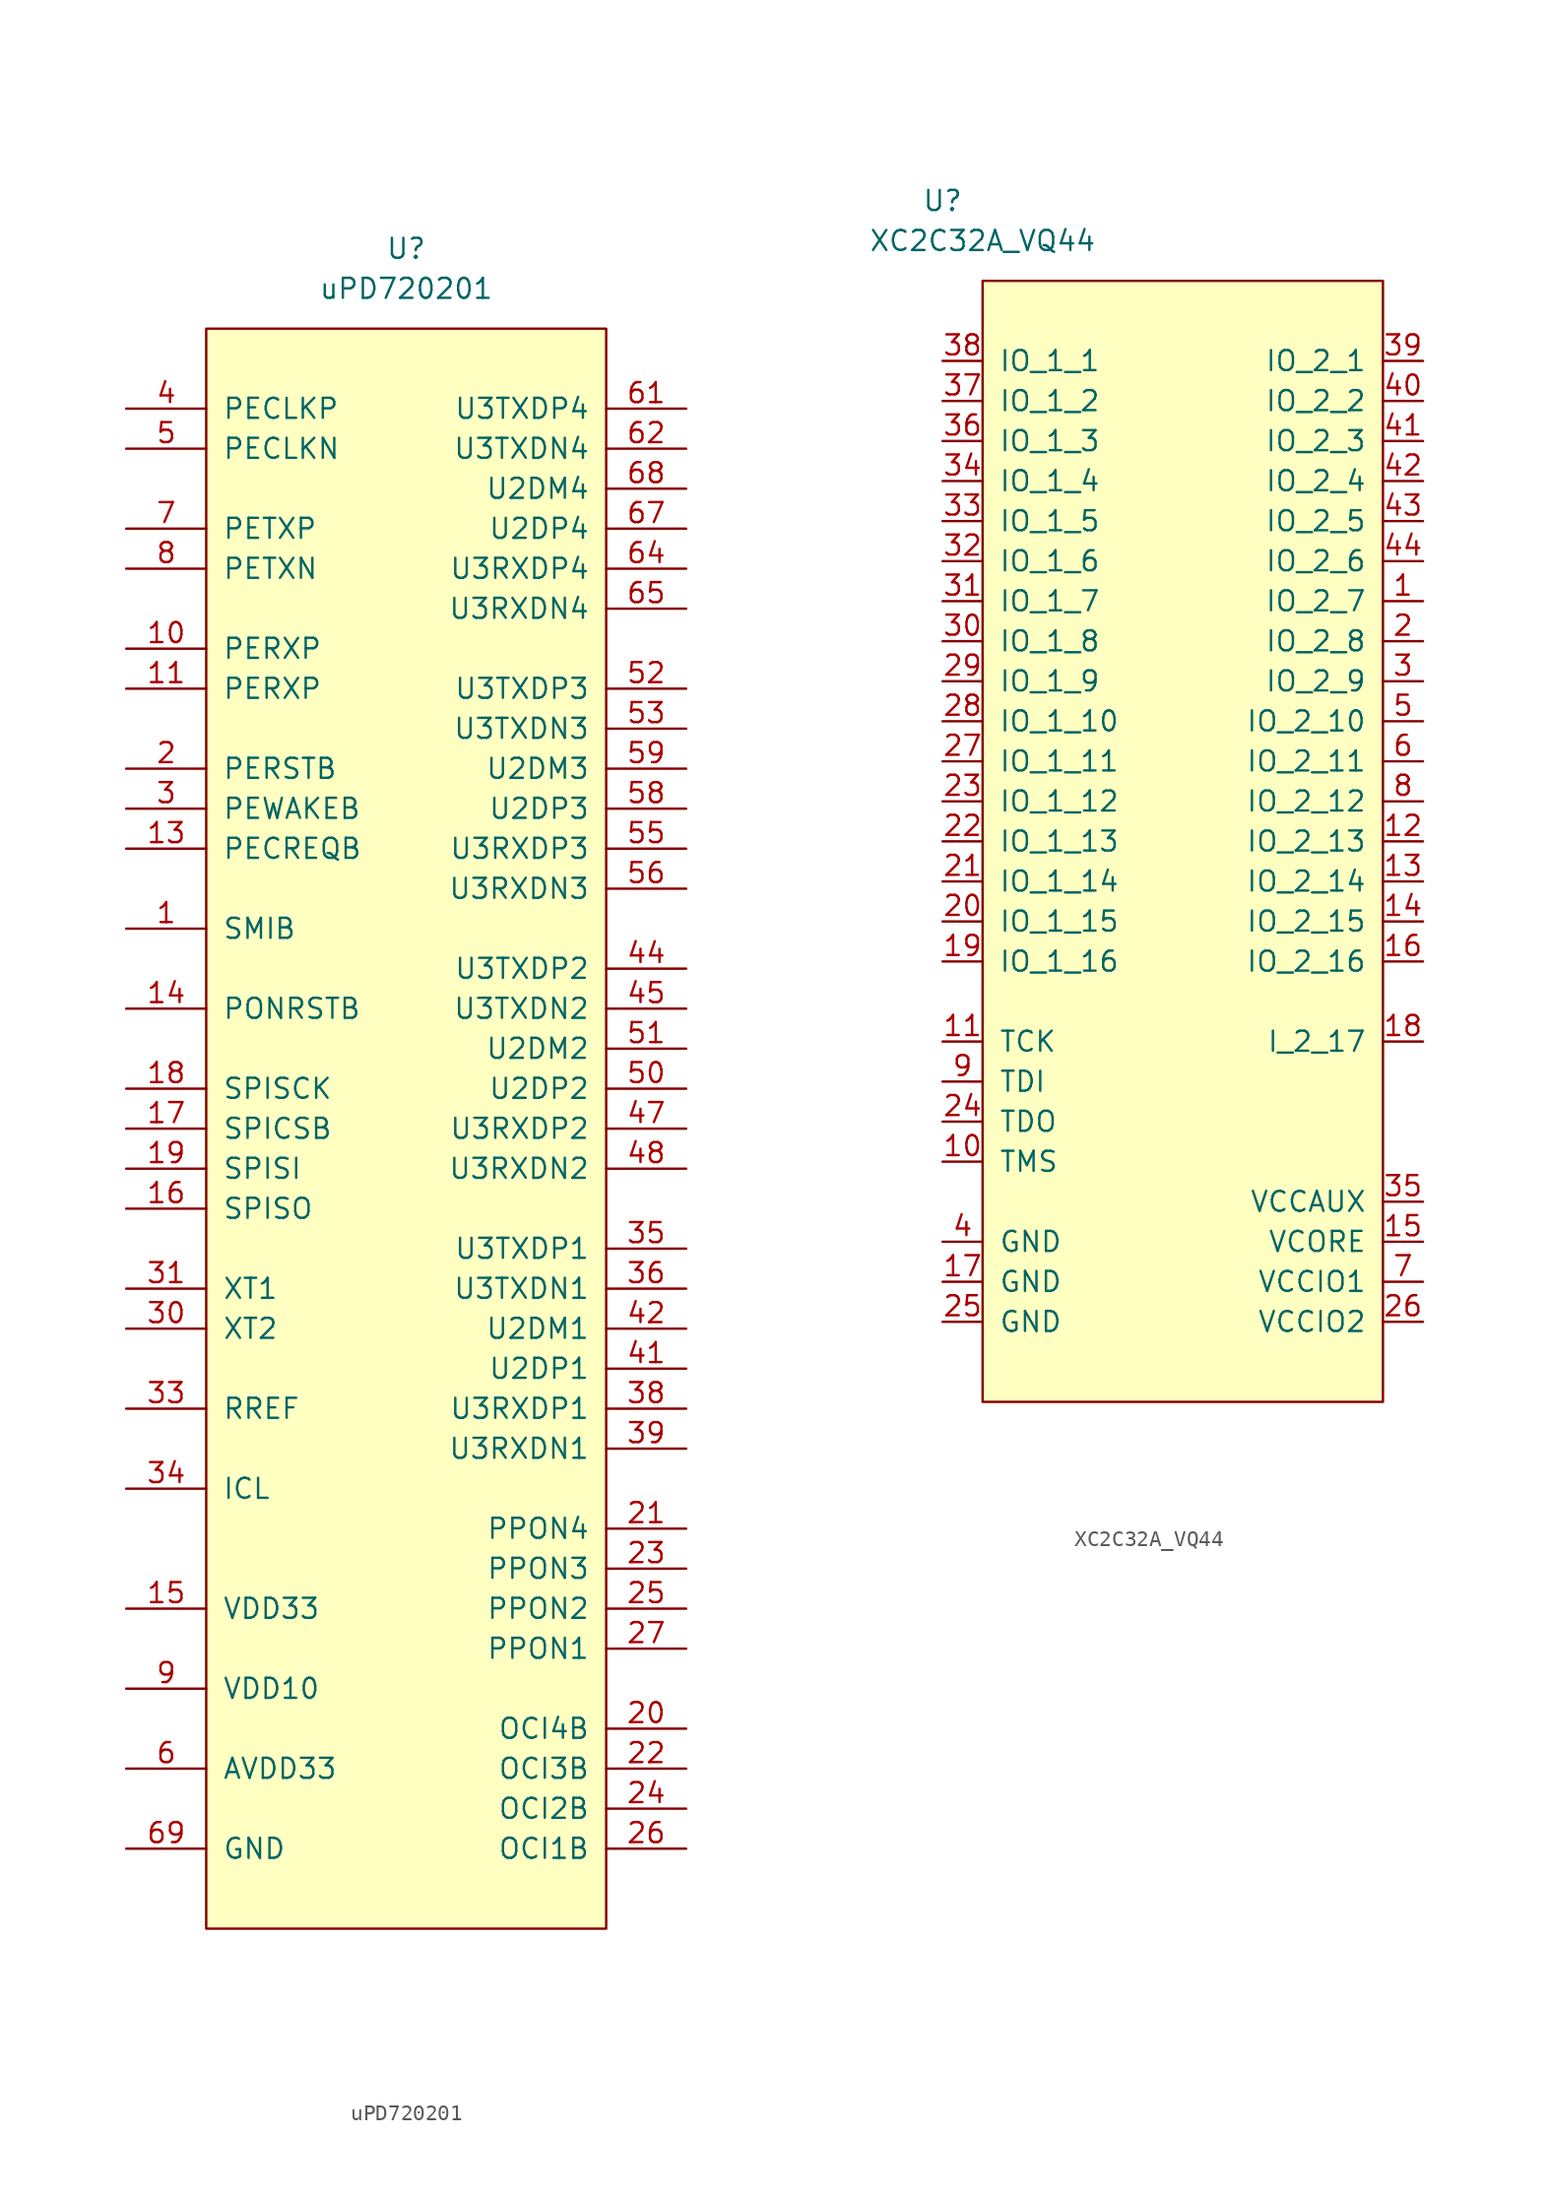
<source format=kicad_sym>
(kicad_symbol_lib
  (version 20211014)
  (generator kicad_symbol_editor)
  (symbol "uPD720201"
    (pin_names
      (offset 1.016))
    (property "Reference" "U"
      (at 0 0 0)
      (effects (font (size 1.27 1.27))))
    (property "Value" "uPD720201"
      (at 0 -2.54 0)
      (effects (font (size 1.27 1.27))))
    (symbol "uPD720201_0_1"
      (rectangle (start -12.7 -5.08) (end 12.7 -106.68) (stroke (width 0) (type default) (color 0 0 0 0)) (fill (type background))))
    (symbol "uPD720201_1_1"
      (pin output line (at -17.78 -43.18 0) (length 5.08) (name "SMIB" (effects (font (size 1.27 1.27)))) (number "1" (effects (font (size 1.27 1.27)))))
      (pin input line (at -17.78 -25.4 0) (length 5.08) (name "PERXP" (effects (font (size 1.27 1.27)))) (number "10" (effects (font (size 1.27 1.27)))))
      (pin input line (at -17.78 -27.94 0) (length 5.08) (name "PERXP" (effects (font (size 1.27 1.27)))) (number "11" (effects (font (size 1.27 1.27)))))
      (pin power_in line (at -17.78 -91.44 0) (length 5.08) hide (name "VDD10" (effects (font (size 1.27 1.27)))) (number "12" (effects (font (size 1.27 1.27)))))
      (pin output line (at -17.78 -38.1 0) (length 5.08) (name "PECREQB" (effects (font (size 1.27 1.27)))) (number "13" (effects (font (size 1.27 1.27)))))
      (pin input line (at -17.78 -48.26 0) (length 5.08) (name "PONRSTB" (effects (font (size 1.27 1.27)))) (number "14" (effects (font (size 1.27 1.27)))))
      (pin power_in line (at -17.78 -86.36 0) (length 5.08) (name "VDD33" (effects (font (size 1.27 1.27)))) (number "15" (effects (font (size 1.27 1.27)))))
      (pin input line (at -17.78 -60.96 0) (length 5.08) (name "SPISO" (effects (font (size 1.27 1.27)))) (number "16" (effects (font (size 1.27 1.27)))))
      (pin output line (at -17.78 -55.88 0) (length 5.08) (name "SPICSB" (effects (font (size 1.27 1.27)))) (number "17" (effects (font (size 1.27 1.27)))))
      (pin output line (at -17.78 -53.34 0) (length 5.08) (name "SPISCK" (effects (font (size 1.27 1.27)))) (number "18" (effects (font (size 1.27 1.27)))))
      (pin output line (at -17.78 -58.42 0) (length 5.08) (name "SPISI" (effects (font (size 1.27 1.27)))) (number "19" (effects (font (size 1.27 1.27)))))
      (pin input line (at -17.78 -33.02 0) (length 5.08) (name "PERSTB" (effects (font (size 1.27 1.27)))) (number "2" (effects (font (size 1.27 1.27)))))
      (pin input line (at 17.78 -93.98 180) (length 5.08) (name "OCI4B" (effects (font (size 1.27 1.27)))) (number "20" (effects (font (size 1.27 1.27)))))
      (pin output line (at 17.78 -81.28 180) (length 5.08) (name "PPON4" (effects (font (size 1.27 1.27)))) (number "21" (effects (font (size 1.27 1.27)))))
      (pin input line (at 17.78 -96.52 180) (length 5.08) (name "OCI3B" (effects (font (size 1.27 1.27)))) (number "22" (effects (font (size 1.27 1.27)))))
      (pin output line (at 17.78 -83.82 180) (length 5.08) (name "PPON3" (effects (font (size 1.27 1.27)))) (number "23" (effects (font (size 1.27 1.27)))))
      (pin input line (at 17.78 -99.06 180) (length 5.08) (name "OCI2B" (effects (font (size 1.27 1.27)))) (number "24" (effects (font (size 1.27 1.27)))))
      (pin output line (at 17.78 -86.36 180) (length 5.08) (name "PPON2" (effects (font (size 1.27 1.27)))) (number "25" (effects (font (size 1.27 1.27)))))
      (pin input line (at 17.78 -101.6 180) (length 5.08) (name "OCI1B" (effects (font (size 1.27 1.27)))) (number "26" (effects (font (size 1.27 1.27)))))
      (pin output line (at 17.78 -88.9 180) (length 5.08) (name "PPON1" (effects (font (size 1.27 1.27)))) (number "27" (effects (font (size 1.27 1.27)))))
      (pin power_in line (at -17.78 -91.44 0) (length 5.08) hide (name "VDD10" (effects (font (size 1.27 1.27)))) (number "28" (effects (font (size 1.27 1.27)))))
      (pin power_in line (at -17.78 -86.36 0) (length 5.08) hide (name "VDD33" (effects (font (size 1.27 1.27)))) (number "29" (effects (font (size 1.27 1.27)))))
      (pin input line (at -17.78 -35.56 0) (length 5.08) (name "PEWAKEB" (effects (font (size 1.27 1.27)))) (number "3" (effects (font (size 1.27 1.27)))))
      (pin output line (at -17.78 -68.58 0) (length 5.08) (name "XT2" (effects (font (size 1.27 1.27)))) (number "30" (effects (font (size 1.27 1.27)))))
      (pin input line (at -17.78 -66.04 0) (length 5.08) (name "XT1" (effects (font (size 1.27 1.27)))) (number "31" (effects (font (size 1.27 1.27)))))
      (pin power_in line (at -17.78 -96.52 0) (length 5.08) hide (name "AVDD33" (effects (font (size 1.27 1.27)))) (number "32" (effects (font (size 1.27 1.27)))))
      (pin bidirectional line (at -17.78 -73.66 0) (length 5.08) (name "RREF" (effects (font (size 1.27 1.27)))) (number "33" (effects (font (size 1.27 1.27)))))
      (pin input line (at -17.78 -78.74 0) (length 5.08) (name "ICL" (effects (font (size 1.27 1.27)))) (number "34" (effects (font (size 1.27 1.27)))))
      (pin output line (at 17.78 -63.5 180) (length 5.08) (name "U3TXDP1" (effects (font (size 1.27 1.27)))) (number "35" (effects (font (size 1.27 1.27)))))
      (pin output line (at 17.78 -66.04 180) (length 5.08) (name "U3TXDN1" (effects (font (size 1.27 1.27)))) (number "36" (effects (font (size 1.27 1.27)))))
      (pin power_in line (at -17.78 -91.44 0) (length 5.08) hide (name "VDD10" (effects (font (size 1.27 1.27)))) (number "37" (effects (font (size 1.27 1.27)))))
      (pin input line (at 17.78 -73.66 180) (length 5.08) (name "U3RXDP1" (effects (font (size 1.27 1.27)))) (number "38" (effects (font (size 1.27 1.27)))))
      (pin input line (at 17.78 -76.2 180) (length 5.08) (name "U3RXDN1" (effects (font (size 1.27 1.27)))) (number "39" (effects (font (size 1.27 1.27)))))
      (pin input line (at -17.78 -10.16 0) (length 5.08) (name "PECLKP" (effects (font (size 1.27 1.27)))) (number "4" (effects (font (size 1.27 1.27)))))
      (pin power_in line (at -17.78 -86.36 0) (length 5.08) hide (name "VDD33" (effects (font (size 1.27 1.27)))) (number "40" (effects (font (size 1.27 1.27)))))
      (pin bidirectional line (at 17.78 -71.12 180) (length 5.08) (name "U2DP1" (effects (font (size 1.27 1.27)))) (number "41" (effects (font (size 1.27 1.27)))))
      (pin bidirectional line (at 17.78 -68.58 180) (length 5.08) (name "U2DM1" (effects (font (size 1.27 1.27)))) (number "42" (effects (font (size 1.27 1.27)))))
      (pin power_in line (at -17.78 -91.44 0) (length 5.08) hide (name "VDD10" (effects (font (size 1.27 1.27)))) (number "43" (effects (font (size 1.27 1.27)))))
      (pin output line (at 17.78 -45.72 180) (length 5.08) (name "U3TXDP2" (effects (font (size 1.27 1.27)))) (number "44" (effects (font (size 1.27 1.27)))))
      (pin output line (at 17.78 -48.26 180) (length 5.08) (name "U3TXDN2" (effects (font (size 1.27 1.27)))) (number "45" (effects (font (size 1.27 1.27)))))
      (pin power_in line (at -17.78 -91.44 0) (length 5.08) hide (name "VDD10" (effects (font (size 1.27 1.27)))) (number "46" (effects (font (size 1.27 1.27)))))
      (pin input line (at 17.78 -55.88 180) (length 5.08) (name "U3RXDP2" (effects (font (size 1.27 1.27)))) (number "47" (effects (font (size 1.27 1.27)))))
      (pin input line (at 17.78 -58.42 180) (length 5.08) (name "U3RXDN2" (effects (font (size 1.27 1.27)))) (number "48" (effects (font (size 1.27 1.27)))))
      (pin power_in line (at -17.78 -86.36 0) (length 5.08) hide (name "VDD33" (effects (font (size 1.27 1.27)))) (number "49" (effects (font (size 1.27 1.27)))))
      (pin input line (at -17.78 -12.7 0) (length 5.08) (name "PECLKN" (effects (font (size 1.27 1.27)))) (number "5" (effects (font (size 1.27 1.27)))))
      (pin bidirectional line (at 17.78 -53.34 180) (length 5.08) (name "U2DP2" (effects (font (size 1.27 1.27)))) (number "50" (effects (font (size 1.27 1.27)))))
      (pin bidirectional line (at 17.78 -50.8 180) (length 5.08) (name "U2DM2" (effects (font (size 1.27 1.27)))) (number "51" (effects (font (size 1.27 1.27)))))
      (pin output line (at 17.78 -27.94 180) (length 5.08) (name "U3TXDP3" (effects (font (size 1.27 1.27)))) (number "52" (effects (font (size 1.27 1.27)))))
      (pin output line (at 17.78 -30.48 180) (length 5.08) (name "U3TXDN3" (effects (font (size 1.27 1.27)))) (number "53" (effects (font (size 1.27 1.27)))))
      (pin power_in line (at -17.78 -91.44 0) (length 5.08) hide (name "VDD10" (effects (font (size 1.27 1.27)))) (number "54" (effects (font (size 1.27 1.27)))))
      (pin input line (at 17.78 -38.1 180) (length 5.08) (name "U3RXDP3" (effects (font (size 1.27 1.27)))) (number "55" (effects (font (size 1.27 1.27)))))
      (pin input line (at 17.78 -40.64 180) (length 5.08) (name "U3RXDN3" (effects (font (size 1.27 1.27)))) (number "56" (effects (font (size 1.27 1.27)))))
      (pin power_in line (at -17.78 -86.36 0) (length 5.08) hide (name "VDD33" (effects (font (size 1.27 1.27)))) (number "57" (effects (font (size 1.27 1.27)))))
      (pin bidirectional line (at 17.78 -35.56 180) (length 5.08) (name "U2DP3" (effects (font (size 1.27 1.27)))) (number "58" (effects (font (size 1.27 1.27)))))
      (pin bidirectional line (at 17.78 -33.02 180) (length 5.08) (name "U2DM3" (effects (font (size 1.27 1.27)))) (number "59" (effects (font (size 1.27 1.27)))))
      (pin power_in line (at -17.78 -96.52 0) (length 5.08) (name "AVDD33" (effects (font (size 1.27 1.27)))) (number "6" (effects (font (size 1.27 1.27)))))
      (pin power_in line (at -17.78 -91.44 0) (length 5.08) hide (name "VDD10" (effects (font (size 1.27 1.27)))) (number "60" (effects (font (size 1.27 1.27)))))
      (pin output line (at 17.78 -10.16 180) (length 5.08) (name "U3TXDP4" (effects (font (size 1.27 1.27)))) (number "61" (effects (font (size 1.27 1.27)))))
      (pin output line (at 17.78 -12.7 180) (length 5.08) (name "U3TXDN4" (effects (font (size 1.27 1.27)))) (number "62" (effects (font (size 1.27 1.27)))))
      (pin power_in line (at -17.78 -91.44 0) (length 5.08) hide (name "VDD10" (effects (font (size 1.27 1.27)))) (number "63" (effects (font (size 1.27 1.27)))))
      (pin input line (at 17.78 -20.32 180) (length 5.08) (name "U3RXDP4" (effects (font (size 1.27 1.27)))) (number "64" (effects (font (size 1.27 1.27)))))
      (pin input line (at 17.78 -22.86 180) (length 5.08) (name "U3RXDN4" (effects (font (size 1.27 1.27)))) (number "65" (effects (font (size 1.27 1.27)))))
      (pin power_in line (at -17.78 -86.36 0) (length 5.08) hide (name "VDD33" (effects (font (size 1.27 1.27)))) (number "66" (effects (font (size 1.27 1.27)))))
      (pin bidirectional line (at 17.78 -17.78 180) (length 5.08) (name "U2DP4" (effects (font (size 1.27 1.27)))) (number "67" (effects (font (size 1.27 1.27)))))
      (pin bidirectional line (at 17.78 -15.24 180) (length 5.08) (name "U2DM4" (effects (font (size 1.27 1.27)))) (number "68" (effects (font (size 1.27 1.27)))))
      (pin power_in line (at -17.78 -101.6 0) (length 5.08) (name "GND" (effects (font (size 1.27 1.27)))) (number "69" (effects (font (size 1.27 1.27)))))
      (pin output line (at -17.78 -17.78 0) (length 5.08) (name "PETXP" (effects (font (size 1.27 1.27)))) (number "7" (effects (font (size 1.27 1.27)))))
      (pin output line (at -17.78 -20.32 0) (length 5.08) (name "PETXN" (effects (font (size 1.27 1.27)))) (number "8" (effects (font (size 1.27 1.27)))))
      (pin power_in line (at -17.78 -91.44 0) (length 5.08) (name "VDD10" (effects (font (size 1.27 1.27)))) (number "9" (effects (font (size 1.27 1.27)))))))
  (symbol "XC2C32A_VQ44"
    (pin_names
      (offset 1.016))
    (property "Reference" "U"
      (at -15.24 38.1 0)
      (effects (font (size 1.27 1.27))))
    (property "Value" "XC2C32A_VQ44"
      (at -12.7 35.56 0)
      (effects (font (size 1.27 1.27))))
    (symbol "XC2C32A_VQ44_0_1"
      (rectangle (start -12.7 33.02) (end 12.7 -38.1) (stroke (width 0) (type default) (color 0 0 0 0)) (fill (type background))))
    (symbol "XC2C32A_VQ44_1_1"
      (pin bidirectional line (at 15.24 12.7 180) (length 2.54) (name "IO_2_7" (effects (font (size 1.27 1.27)))) (number "1" (effects (font (size 1.27 1.27)))))
      (pin input line (at -15.24 -22.86 0) (length 2.54) (name "TMS" (effects (font (size 1.27 1.27)))) (number "10" (effects (font (size 1.27 1.27)))))
      (pin input line (at -15.24 -15.24 0) (length 2.54) (name "TCK" (effects (font (size 1.27 1.27)))) (number "11" (effects (font (size 1.27 1.27)))))
      (pin bidirectional line (at 15.24 -2.54 180) (length 2.54) (name "IO_2_13" (effects (font (size 1.27 1.27)))) (number "12" (effects (font (size 1.27 1.27)))))
      (pin bidirectional line (at 15.24 -5.08 180) (length 2.54) (name "IO_2_14" (effects (font (size 1.27 1.27)))) (number "13" (effects (font (size 1.27 1.27)))))
      (pin bidirectional line (at 15.24 -7.62 180) (length 2.54) (name "IO_2_15" (effects (font (size 1.27 1.27)))) (number "14" (effects (font (size 1.27 1.27)))))
      (pin power_in line (at 15.24 -27.94 180) (length 2.54) (name "VCORE" (effects (font (size 1.27 1.27)))) (number "15" (effects (font (size 1.27 1.27)))))
      (pin bidirectional line (at 15.24 -10.16 180) (length 2.54) (name "IO_2_16" (effects (font (size 1.27 1.27)))) (number "16" (effects (font (size 1.27 1.27)))))
      (pin power_in line (at -15.24 -30.48 0) (length 2.54) (name "GND" (effects (font (size 1.27 1.27)))) (number "17" (effects (font (size 1.27 1.27)))))
      (pin input line (at 15.24 -15.24 180) (length 2.54) (name "I_2_17" (effects (font (size 1.27 1.27)))) (number "18" (effects (font (size 1.27 1.27)))))
      (pin bidirectional line (at -15.24 -10.16 0) (length 2.54) (name "IO_1_16" (effects (font (size 1.27 1.27)))) (number "19" (effects (font (size 1.27 1.27)))))
      (pin bidirectional line (at 15.24 10.16 180) (length 2.54) (name "IO_2_8" (effects (font (size 1.27 1.27)))) (number "2" (effects (font (size 1.27 1.27)))))
      (pin bidirectional line (at -15.24 -7.62 0) (length 2.54) (name "IO_1_15" (effects (font (size 1.27 1.27)))) (number "20" (effects (font (size 1.27 1.27)))))
      (pin bidirectional line (at -15.24 -5.08 0) (length 2.54) (name "IO_1_14" (effects (font (size 1.27 1.27)))) (number "21" (effects (font (size 1.27 1.27)))))
      (pin bidirectional line (at -15.24 -2.54 0) (length 2.54) (name "IO_1_13" (effects (font (size 1.27 1.27)))) (number "22" (effects (font (size 1.27 1.27)))))
      (pin bidirectional line (at -15.24 0 0) (length 2.54) (name "IO_1_12" (effects (font (size 1.27 1.27)))) (number "23" (effects (font (size 1.27 1.27)))))
      (pin output line (at -15.24 -20.32 0) (length 2.54) (name "TDO" (effects (font (size 1.27 1.27)))) (number "24" (effects (font (size 1.27 1.27)))))
      (pin power_in line (at -15.24 -33.02 0) (length 2.54) (name "GND" (effects (font (size 1.27 1.27)))) (number "25" (effects (font (size 1.27 1.27)))))
      (pin power_in line (at 15.24 -33.02 180) (length 2.54) (name "VCCIO2" (effects (font (size 1.27 1.27)))) (number "26" (effects (font (size 1.27 1.27)))))
      (pin bidirectional line (at -15.24 2.54 0) (length 2.54) (name "IO_1_11" (effects (font (size 1.27 1.27)))) (number "27" (effects (font (size 1.27 1.27)))))
      (pin bidirectional line (at -15.24 5.08 0) (length 2.54) (name "IO_1_10" (effects (font (size 1.27 1.27)))) (number "28" (effects (font (size 1.27 1.27)))))
      (pin bidirectional line (at -15.24 7.62 0) (length 2.54) (name "IO_1_9" (effects (font (size 1.27 1.27)))) (number "29" (effects (font (size 1.27 1.27)))))
      (pin bidirectional line (at 15.24 7.62 180) (length 2.54) (name "IO_2_9" (effects (font (size 1.27 1.27)))) (number "3" (effects (font (size 1.27 1.27)))))
      (pin bidirectional line (at -15.24 10.16 0) (length 2.54) (name "IO_1_8" (effects (font (size 1.27 1.27)))) (number "30" (effects (font (size 1.27 1.27)))))
      (pin bidirectional line (at -15.24 12.7 0) (length 2.54) (name "IO_1_7" (effects (font (size 1.27 1.27)))) (number "31" (effects (font (size 1.27 1.27)))))
      (pin bidirectional line (at -15.24 15.24 0) (length 2.54) (name "IO_1_6" (effects (font (size 1.27 1.27)))) (number "32" (effects (font (size 1.27 1.27)))))
      (pin bidirectional line (at -15.24 17.78 0) (length 2.54) (name "IO_1_5" (effects (font (size 1.27 1.27)))) (number "33" (effects (font (size 1.27 1.27)))))
      (pin bidirectional line (at -15.24 20.32 0) (length 2.54) (name "IO_1_4" (effects (font (size 1.27 1.27)))) (number "34" (effects (font (size 1.27 1.27)))))
      (pin power_in line (at 15.24 -25.4 180) (length 2.54) (name "VCCAUX" (effects (font (size 1.27 1.27)))) (number "35" (effects (font (size 1.27 1.27)))))
      (pin bidirectional line (at -15.24 22.86 0) (length 2.54) (name "IO_1_3" (effects (font (size 1.27 1.27)))) (number "36" (effects (font (size 1.27 1.27)))))
      (pin bidirectional line (at -15.24 25.4 0) (length 2.54) (name "IO_1_2" (effects (font (size 1.27 1.27)))) (number "37" (effects (font (size 1.27 1.27)))))
      (pin bidirectional line (at -15.24 27.94 0) (length 2.54) (name "IO_1_1" (effects (font (size 1.27 1.27)))) (number "38" (effects (font (size 1.27 1.27)))))
      (pin bidirectional line (at 15.24 27.94 180) (length 2.54) (name "IO_2_1" (effects (font (size 1.27 1.27)))) (number "39" (effects (font (size 1.27 1.27)))))
      (pin power_in line (at -15.24 -27.94 0) (length 2.54) (name "GND" (effects (font (size 1.27 1.27)))) (number "4" (effects (font (size 1.27 1.27)))))
      (pin bidirectional line (at 15.24 25.4 180) (length 2.54) (name "IO_2_2" (effects (font (size 1.27 1.27)))) (number "40" (effects (font (size 1.27 1.27)))))
      (pin bidirectional line (at 15.24 22.86 180) (length 2.54) (name "IO_2_3" (effects (font (size 1.27 1.27)))) (number "41" (effects (font (size 1.27 1.27)))))
      (pin bidirectional line (at 15.24 20.32 180) (length 2.54) (name "IO_2_4" (effects (font (size 1.27 1.27)))) (number "42" (effects (font (size 1.27 1.27)))))
      (pin bidirectional line (at 15.24 17.78 180) (length 2.54) (name "IO_2_5" (effects (font (size 1.27 1.27)))) (number "43" (effects (font (size 1.27 1.27)))))
      (pin bidirectional line (at 15.24 15.24 180) (length 2.54) (name "IO_2_6" (effects (font (size 1.27 1.27)))) (number "44" (effects (font (size 1.27 1.27)))))
      (pin bidirectional line (at 15.24 5.08 180) (length 2.54) (name "IO_2_10" (effects (font (size 1.27 1.27)))) (number "5" (effects (font (size 1.27 1.27)))))
      (pin bidirectional line (at 15.24 2.54 180) (length 2.54) (name "IO_2_11" (effects (font (size 1.27 1.27)))) (number "6" (effects (font (size 1.27 1.27)))))
      (pin power_in line (at 15.24 -30.48 180) (length 2.54) (name "VCCIO1" (effects (font (size 1.27 1.27)))) (number "7" (effects (font (size 1.27 1.27)))))
      (pin bidirectional line (at 15.24 0 180) (length 2.54) (name "IO_2_12" (effects (font (size 1.27 1.27)))) (number "8" (effects (font (size 1.27 1.27)))))
      (pin input line (at -15.24 -17.78 0) (length 2.54) (name "TDI" (effects (font (size 1.27 1.27)))) (number "9" (effects (font (size 1.27 1.27))))))))
</source>
